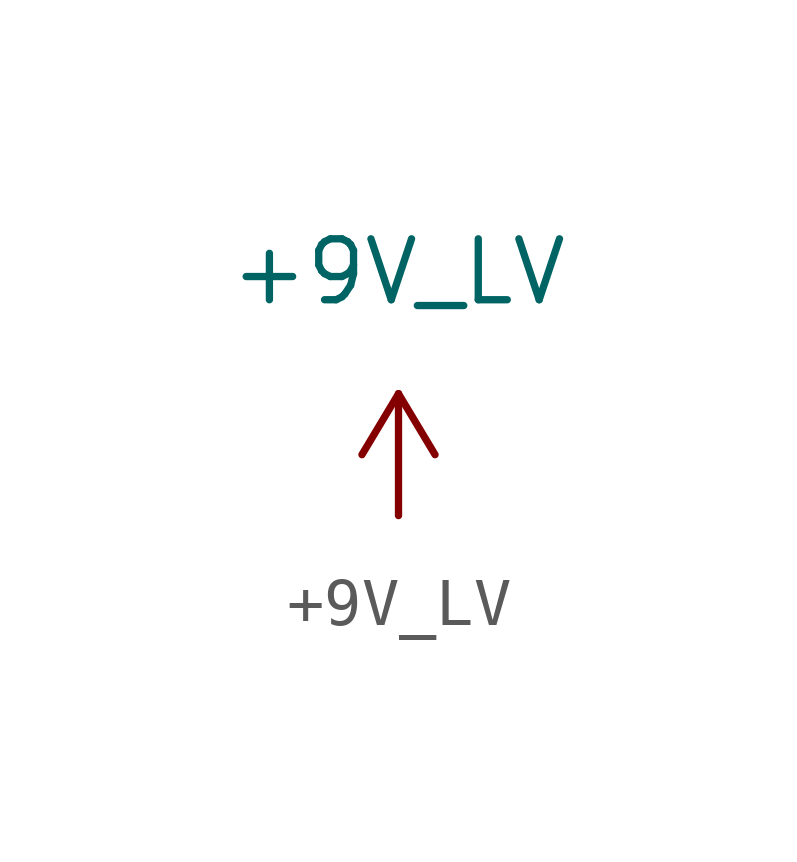
<source format=kicad_sym>
(kicad_symbol_lib
  (version 20220914)
  (generator kicad_symbol_editor)
  (symbol "+9V_LV"
    (power)
    (pin_numbers hide)
    (pin_names
      (offset 0))
    (property "Reference" "#PWR"
      (at 1.27 0 90)
      (effects (font (size 1.27 1.27)) hide))
    (property "Value" "+9V_LV"
      (at 0 5.08 0)
      (effects (font (size 1.27 1.27))))
    (symbol "+9V_LV_1_1"
      (polyline (pts (xy -0.762 1.27) (xy 0 2.54)) (stroke (width 0) (type default)) (fill (type none)))
      (polyline (pts (xy 0 0) (xy 0 2.54)) (stroke (width 0) (type default)) (fill (type none)))
      (polyline (pts (xy 0 2.54) (xy 0.762 1.27)) (stroke (width 0) (type default)) (fill (type none)))
      (pin power_in line (at 0 0 90) (length 0) hide (name "+9V_LV" (effects (font (size 1.27 1.27)))) (number "1" (effects (font (size 1.27 1.27))))))))
</source>
